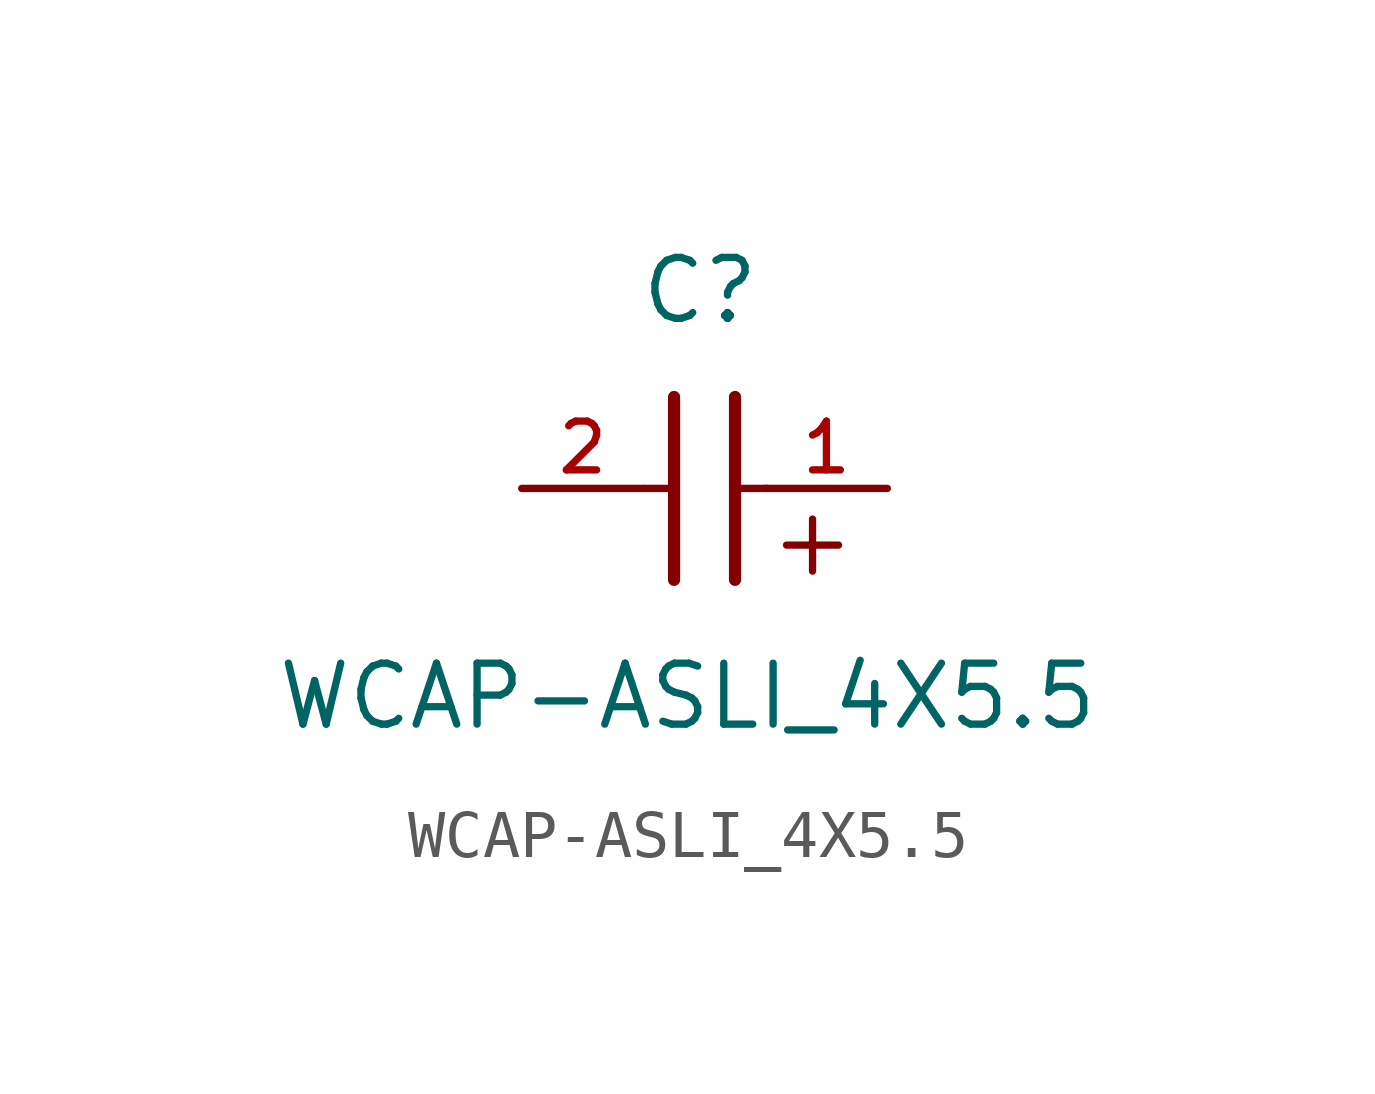
<source format=kicad_sym>
(kicad_symbol_lib
  (version 20231120)
  (generator "kicad_symbol_editor")
  (generator_version "8.0")
  (symbol "WCAP-ASLI_4X5.5"
    (pin_names
      (offset 1.016))
    (property "Reference" "C"
      (at 1.175 3.38 0)
      (effects (font (size 1.27 1.27)) (justify bottom)))
    (property "Value" "WCAP-ASLI_4X5.5"
      (at 0.915 -5.075 0)
      (effects (font (size 1.27 1.27)) (justify bottom)))
    (symbol "WCAP-ASLI_4X5.5_0_0"
      (polyline (pts (xy 0 0) (xy 0.643 0)) (stroke (width 0.152) (type default)) (fill (type none)))
      (polyline (pts (xy 0.635 -1.905) (xy 0.635 1.905)) (stroke (width 0.254) (type default)) (fill (type none)))
      (polyline (pts (xy 1.905 1.905) (xy 1.905 -1.905)) (stroke (width 0.254) (type default)) (fill (type none)))
      (polyline (pts (xy 1.928 0) (xy 2.571 0)) (stroke (width 0.152) (type default)) (fill (type none)))
      (text "+" (at 2.54 -1.905 0) (effects (font (size 1.422 1.422)) (justify left bottom)))
      (pin passive line (at 5.08 0 180) (length 2.54) (name "~" (effects (font (size 1.016 1.016)))) (number "1" (effects (font (size 1.016 1.016)))))
      (pin passive line (at -2.54 0 0) (length 2.54) (name "~" (effects (font (size 1.016 1.016)))) (number "2" (effects (font (size 1.016 1.016))))))))
</source>
